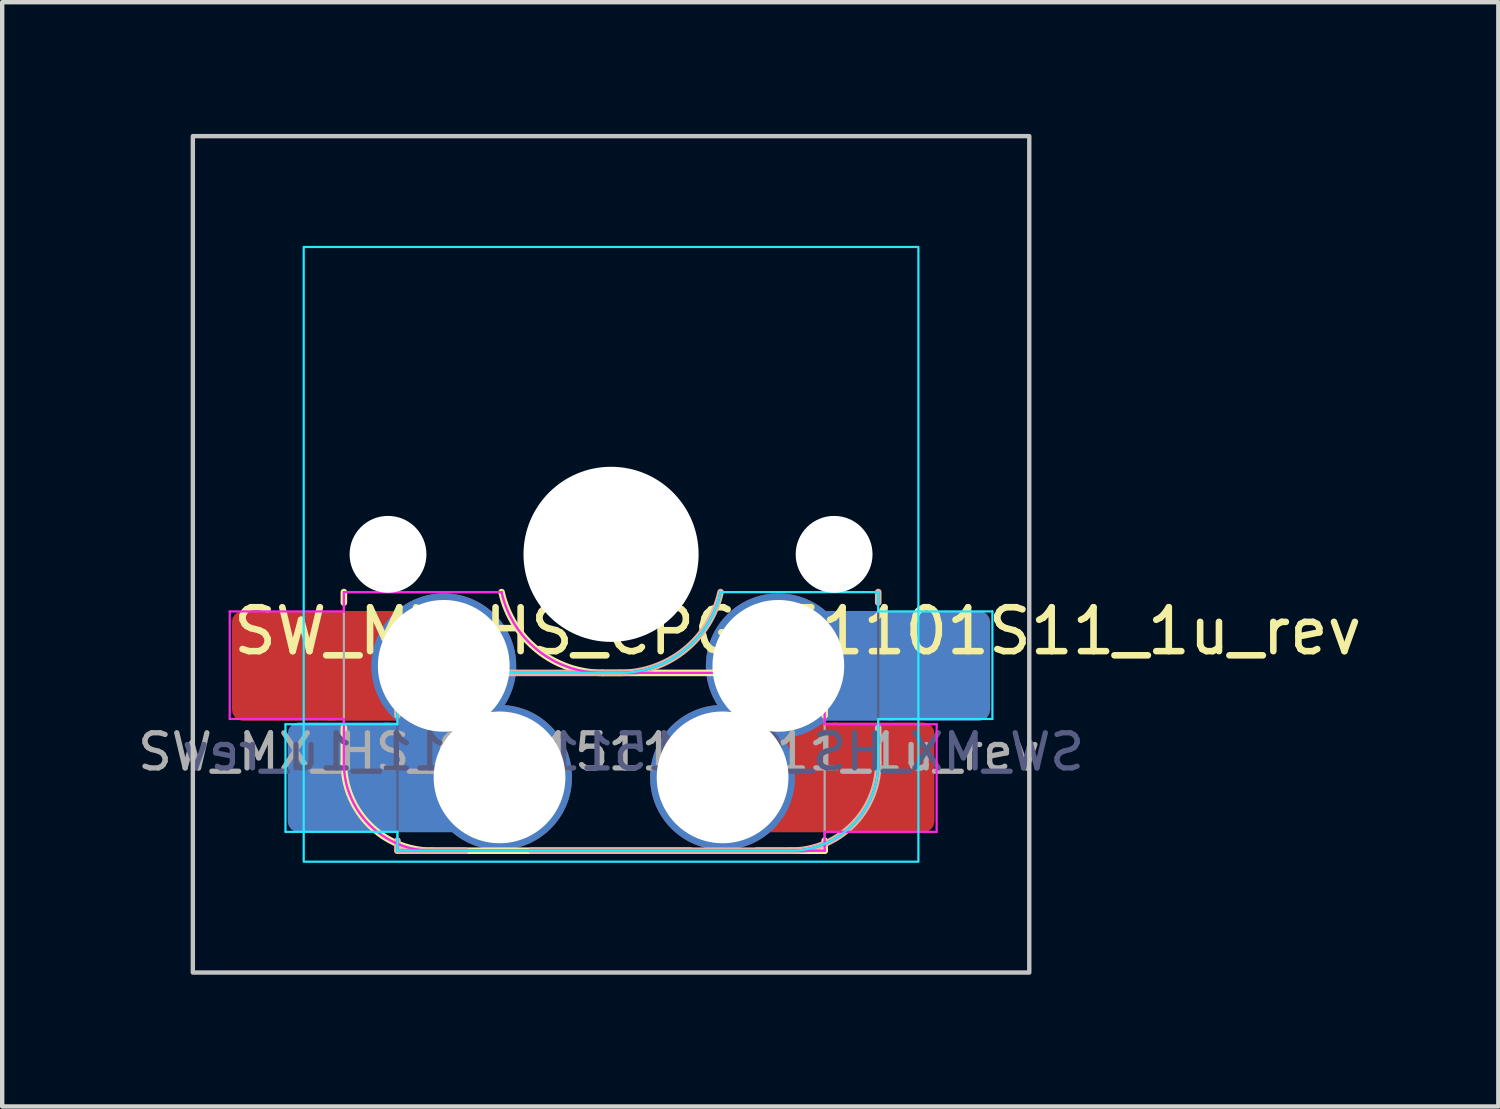
<source format=kicad_pcb>
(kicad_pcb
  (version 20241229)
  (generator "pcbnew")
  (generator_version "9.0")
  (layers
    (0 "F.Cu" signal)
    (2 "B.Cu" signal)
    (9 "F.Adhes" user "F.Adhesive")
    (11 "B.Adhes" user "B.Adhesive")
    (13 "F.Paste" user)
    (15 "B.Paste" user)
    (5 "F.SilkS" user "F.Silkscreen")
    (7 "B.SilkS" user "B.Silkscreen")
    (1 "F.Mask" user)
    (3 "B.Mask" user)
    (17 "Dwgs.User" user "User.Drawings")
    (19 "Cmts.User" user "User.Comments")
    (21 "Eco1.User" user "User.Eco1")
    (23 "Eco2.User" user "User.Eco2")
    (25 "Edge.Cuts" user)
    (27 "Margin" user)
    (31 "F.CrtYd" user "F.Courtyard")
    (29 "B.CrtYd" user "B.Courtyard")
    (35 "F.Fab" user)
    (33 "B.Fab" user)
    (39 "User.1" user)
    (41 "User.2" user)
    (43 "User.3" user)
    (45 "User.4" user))
  (footprint "SW_MX_HS_CPG151101S11_1u_rev"
    (layer "F.Cu")
    (at 10.867 9.575)
    (property "Reference" "SW_MX_HS_CPG151101S11_1u_rev" (at 4.25 1.75 180) (layer "F.SilkS") (effects (font (size 1 1) (thickness 0.15))))
    (attr smd)
    (fp_line (start -6.085 1.1) (end -6.085 0.86) (stroke (width 0.15) (type solid)) (layer "F.SilkS"))
    (fp_line (start -6.085 3.95) (end -6.085 4.75) (stroke (width 0.15) (type solid)) (layer "F.SilkS"))
    (fp_line (start -4.085 6.75) (end 1.815 6.75) (stroke (width 0.15) (type solid)) (layer "F.SilkS"))
    (fp_line (start 3.315 6.75) (end 4.865 6.75) (stroke (width 0.15) (type solid)) (layer "F.SilkS"))
    (fp_line (start 4.365 2.7) (end -0.2 2.7) (stroke (width 0.15) (type solid)) (layer "F.SilkS"))
    (fp_line (start 4.865 3.67) (end 4.865 3.2) (stroke (width 0.15) (type solid)) (layer "F.SilkS"))
    (fp_line (start 4.865 6.75) (end 4.865 6.52) (stroke (width 0.15) (type solid)) (layer "F.SilkS"))
    (fp_arc (start -4.085176 6.75022) (mid -5.499392 6.164435) (end -6.085176 4.75022) (stroke (width 0.15) (type solid)) (layer "F.SilkS"))
    (fp_arc (start -0.2 2.70022) (mid -1.670693 2.183637) (end -2.494322 0.86022) (stroke (width 0.15) (type solid)) (layer "F.SilkS"))
    (fp_arc (start 4.364824 2.70022) (mid 4.718377 2.846667) (end 4.864824 3.20022) (stroke (width 0.15) (type solid)) (layer "F.SilkS"))
    (fp_line (start -4.865 3.67) (end -4.865 3.2) (stroke (width 0.15) (type solid)) (layer "B.SilkS"))
    (fp_line (start -4.865 6.75) (end -4.865 6.52) (stroke (width 0.15) (type solid)) (layer "B.SilkS"))
    (fp_line (start -4.365 2.7) (end 0.2 2.7) (stroke (width 0.15) (type solid)) (layer "B.SilkS"))
    (fp_line (start -3.315 6.75) (end -4.865 6.75) (stroke (width 0.15) (type solid)) (layer "B.SilkS"))
    (fp_line (start 4.085 6.75) (end -1.815 6.75) (stroke (width 0.15) (type solid)) (layer "B.SilkS"))
    (fp_line (start 6.085 1.1) (end 6.085 0.86) (stroke (width 0.15) (type solid)) (layer "B.SilkS"))
    (fp_line (start 6.085 3.95) (end 6.085 4.75) (stroke (width 0.15) (type solid)) (layer "B.SilkS"))
    (fp_arc (start -4.864824 3.20022) (mid -4.718378 2.846665) (end -4.364824 2.70022) (stroke (width 0.15) (type solid)) (layer "B.SilkS"))
    (fp_arc (start 2.494322 0.86022) (mid 1.670693 2.183637) (end 0.2 2.70022) (stroke (width 0.15) (type solid)) (layer "B.SilkS"))
    (fp_arc (start 6.085176 4.75022) (mid 5.499392 6.164436) (end 4.085176 6.75022) (stroke (width 0.15) (type solid)) (layer "B.SilkS"))
    (fp_rect (start -9.525 -9.525) (end 9.525 9.525) (stroke (width 0.1) (type default)) (fill no) (layer "Dwgs.User"))
    (fp_line (start -7 -6.5) (end -7 6.5) (stroke (width 0.05) (type solid)) (layer "Eco2.User"))
    (fp_line (start -6.5 7) (end 6.5 7) (stroke (width 0.05) (type solid)) (layer "Eco2.User"))
    (fp_line (start 6.5 -7) (end -6.5 -7) (stroke (width 0.05) (type solid)) (layer "Eco2.User"))
    (fp_line (start 7 6.5) (end 7 -6.5) (stroke (width 0.05) (type solid)) (layer "Eco2.User"))
    (fp_arc (start -7 -6.5) (mid -6.853553 -6.853553) (end -6.5 -7) (stroke (width 0.05) (type solid)) (layer "Eco2.User"))
    (fp_arc (start -6.5 7) (mid -6.853553 6.853553) (end -7 6.5) (stroke (width 0.05) (type solid)) (layer "Eco2.User"))
    (fp_arc (start 6.497236 -6.998884) (mid 6.850789 -6.852437) (end 6.997236 -6.498884) (stroke (width 0.05) (type solid)) (layer "Eco2.User"))
    (fp_arc (start 7 6.5) (mid 6.853553 6.853553) (end 6.5 7) (stroke (width 0.05) (type solid)) (layer "Eco2.User"))
    (fp_line (start -7.415 3.87) (end -7.415 6.32) (stroke (width 0.05) (type solid)) (layer "B.CrtYd"))
    (fp_line (start -7.415 6.32) (end -4.865 6.32) (stroke (width 0.05) (type solid)) (layer "B.CrtYd"))
    (fp_line (start -4.865 2.7) (end 0.2 2.7) (stroke (width 0.05) (type solid)) (layer "B.CrtYd"))
    (fp_line (start -4.865 3.87) (end -7.415 3.87) (stroke (width 0.05) (type solid)) (layer "B.CrtYd"))
    (fp_line (start -4.865 3.87) (end -4.865 2.7) (stroke (width 0.05) (type solid)) (layer "B.CrtYd"))
    (fp_line (start -4.865 6.75) (end -4.865 6.32) (stroke (width 0.05) (type solid)) (layer "B.CrtYd"))
    (fp_line (start 4.085 6.75) (end -4.865 6.75) (stroke (width 0.05) (type solid)) (layer "B.CrtYd"))
    (fp_line (start 6.085 0.86) (end 2.494 0.86) (stroke (width 0.05) (type solid)) (layer "B.CrtYd"))
    (fp_line (start 6.085 1.3) (end 6.085 0.86) (stroke (width 0.05) (type solid)) (layer "B.CrtYd"))
    (fp_line (start 6.085 3.75) (end 6.085 4.75) (stroke (width 0.05) (type solid)) (layer "B.CrtYd"))
    (fp_line (start 6.085 3.75) (end 8.685 3.75) (stroke (width 0.05) (type solid)) (layer "B.CrtYd"))
    (fp_line (start 8.685 1.3) (end 6.085 1.3) (stroke (width 0.05) (type solid)) (layer "B.CrtYd"))
    (fp_line (start 8.685 3.75) (end 8.685 1.3) (stroke (width 0.05) (type solid)) (layer "B.CrtYd"))
    (fp_rect (start -7 -7) (end 7 7) (stroke (width 0.05) (type default)) (fill no) (layer "B.CrtYd"))
    (fp_arc (start 2.494322 0.86022) (mid 1.670502 2.183399) (end 0.2 2.70022) (stroke (width 0.05) (type solid)) (layer "B.CrtYd"))
    (fp_arc (start 6.085176 4.75022) (mid 5.499392 6.164436) (end 4.085176 6.75022) (stroke (width 0.05) (type solid)) (layer "B.CrtYd"))
    (fp_line (start -8.685 1.3) (end -6.085 1.3) (stroke (width 0.05) (type solid)) (layer "F.CrtYd"))
    (fp_line (start -8.685 3.75) (end -8.685 1.3) (stroke (width 0.05) (type solid)) (layer "F.CrtYd"))
    (fp_line (start -6.085 0.86) (end -2.494 0.86) (stroke (width 0.05) (type solid)) (layer "F.CrtYd"))
    (fp_line (start -6.085 1.3) (end -6.085 0.86) (stroke (width 0.05) (type solid)) (layer "F.CrtYd"))
    (fp_line (start -6.085 3.75) (end -8.685 3.75) (stroke (width 0.05) (type solid)) (layer "F.CrtYd"))
    (fp_line (start -6.085 3.75) (end -6.085 4.75) (stroke (width 0.05) (type solid)) (layer "F.CrtYd"))
    (fp_line (start -4.085 6.75) (end 4.865 6.75) (stroke (width 0.05) (type solid)) (layer "F.CrtYd"))
    (fp_line (start 4.865 2.7) (end -0.2 2.7) (stroke (width 0.05) (type solid)) (layer "F.CrtYd"))
    (fp_line (start 4.865 3.87) (end 4.865 2.7) (stroke (width 0.05) (type solid)) (layer "F.CrtYd"))
    (fp_line (start 4.865 3.87) (end 7.415 3.87) (stroke (width 0.05) (type solid)) (layer "F.CrtYd"))
    (fp_line (start 4.865 6.75) (end 4.865 6.32) (stroke (width 0.05) (type solid)) (layer "F.CrtYd"))
    (fp_line (start 7.415 3.87) (end 7.415 6.32) (stroke (width 0.05) (type solid)) (layer "F.CrtYd"))
    (fp_line (start 7.415 6.32) (end 4.865 6.32) (stroke (width 0.05) (type solid)) (layer "F.CrtYd"))
    (fp_arc (start -4.085176 6.75022) (mid -5.499392 6.164435) (end -6.085176 4.75022) (stroke (width 0.05) (type solid)) (layer "F.CrtYd"))
    (fp_arc (start -0.2 2.70022) (mid -1.670502 2.183399) (end -2.494322 0.86022) (stroke (width 0.05) (type solid)) (layer "F.CrtYd"))
    (fp_line (start -4.865 2.7) (end 0.2 2.7) (stroke (width 0.05) (type solid)) (layer "B.Fab"))
    (fp_line (start -4.865 6.75) (end -4.865 2.7) (stroke (width 0.05) (type solid)) (layer "B.Fab"))
    (fp_line (start 4.085 6.75) (end -4.865 6.75) (stroke (width 0.05) (type solid)) (layer "B.Fab"))
    (fp_line (start 6.085 0.86) (end 2.494 0.86) (stroke (width 0.05) (type solid)) (layer "B.Fab"))
    (fp_line (start 6.085 0.86) (end 6.085 4.75) (stroke (width 0.05) (type solid)) (layer "B.Fab"))
    (fp_arc (start 2.494322 0.86022) (mid 1.670502 2.183399) (end 0.2 2.70022) (stroke (width 0.05) (type solid)) (layer "B.Fab"))
    (fp_arc (start 6.085176 4.75022) (mid 5.499392 6.164436) (end 4.085176 6.75022) (stroke (width 0.05) (type solid)) (layer "B.Fab"))
    (fp_line (start -6.085 0.86) (end -6.085 4.75) (stroke (width 0.05) (type solid)) (layer "F.Fab"))
    (fp_line (start -6.085 0.86) (end -2.494 0.86) (stroke (width 0.05) (type solid)) (layer "F.Fab"))
    (fp_line (start -4.085 6.75) (end 4.865 6.75) (stroke (width 0.05) (type solid)) (layer "F.Fab"))
    (fp_line (start 4.865 2.7) (end -0.2 2.7) (stroke (width 0.05) (type solid)) (layer "F.Fab"))
    (fp_line (start 4.865 6.75) (end 4.865 2.7) (stroke (width 0.05) (type solid)) (layer "F.Fab"))
    (fp_arc (start -4.085176 6.75022) (mid -5.499392 6.164435) (end -6.085176 4.75022) (stroke (width 0.05) (type solid)) (layer "F.Fab"))
    (fp_arc (start -0.2 2.70022) (mid -1.670502 2.183399) (end -2.494322 0.86022) (stroke (width 0.05) (type solid)) (layer "F.Fab"))
    (fp_text user "${REFERENCE}" (at 0.5 4.5 180) (layer "B.Fab") (effects (font (size 0.8 0.8) (thickness 0.12)) (justify mirror)))
    (fp_text user "${REFERENCE}" (at -0.5 4.5 180) (layer "F.Fab") (effects (font (size 0.8 0.8) (thickness 0.12))))
    (pad "" np_thru_hole circle (at -5.08 0 180) (size 1.75 1.75) (drill 1.75) (layers "*.Cu" "*.Mask"))
    (pad "" np_thru_hole circle (at 0 0 180) (size 3.988 3.988) (drill 3.988) (layers "*.Cu" "*.Mask"))
    (pad "" np_thru_hole circle (at 5.08 0 180) (size 1.75 1.75) (drill 1.75) (layers "*.Cu" "*.Mask"))
    (pad "1" thru_hole circle (at 2.54 5.08 180) (size 3.3 3.3) (drill 3) (layers "*.Cu" "*.Mask"))
    (pad "1" thru_hole circle (at 3.81 2.54 180) (size 3.3 3.3) (drill 3) (layers "*.Cu" "*.Mask"))
    (pad "1" smd rect (at 4.34 5.08 180) (size 1.65 2.5) (layers "F.Cu"))
    (pad "1" smd rect (at 5.635 2.54) (size 1.65 2.5) (layers "B.Cu"))
    (pad "1" smd roundrect (at 6.09 5.08 180) (size 2.55 2.5) (layers "F.Cu" "F.Mask" "F.Paste") (roundrect_rratio 0.1))
    (pad "1" smd roundrect (at 7.36 2.54 180) (size 2.55 2.5) (layers "B.Cu" "B.Mask" "B.Paste") (roundrect_rratio 0.1))
    (pad "2" smd roundrect (at -7.36 2.54 180) (size 2.55 2.5) (layers "F.Cu" "F.Mask" "F.Paste") (roundrect_rratio 0.1))
    (pad "2" smd roundrect (at -6.09 5.08 180) (size 2.55 2.5) (layers "B.Cu" "B.Mask" "B.Paste") (roundrect_rratio 0.1))
    (pad "2" smd rect (at -5.635 2.54) (size 1.65 2.5) (layers "F.Cu"))
    (pad "2" smd rect (at -4.34 5.08 180) (size 1.65 2.5) (layers "B.Cu"))
    (pad "2" thru_hole circle (at -3.81 2.54 180) (size 3.3 3.3) (drill 3) (layers "*.Cu" "*.Mask"))
    (pad "2" thru_hole circle (at -2.54 5.08 180) (size 3.3 3.3) (drill 3) (layers "*.Cu" "*.Mask")))
  (gr_rect
    (start -3 -3)
    (end 31.075 22.15)
    (stroke (width 0.1) (type default))
    (fill no)
    (layer "Edge.Cuts")))
</source>
